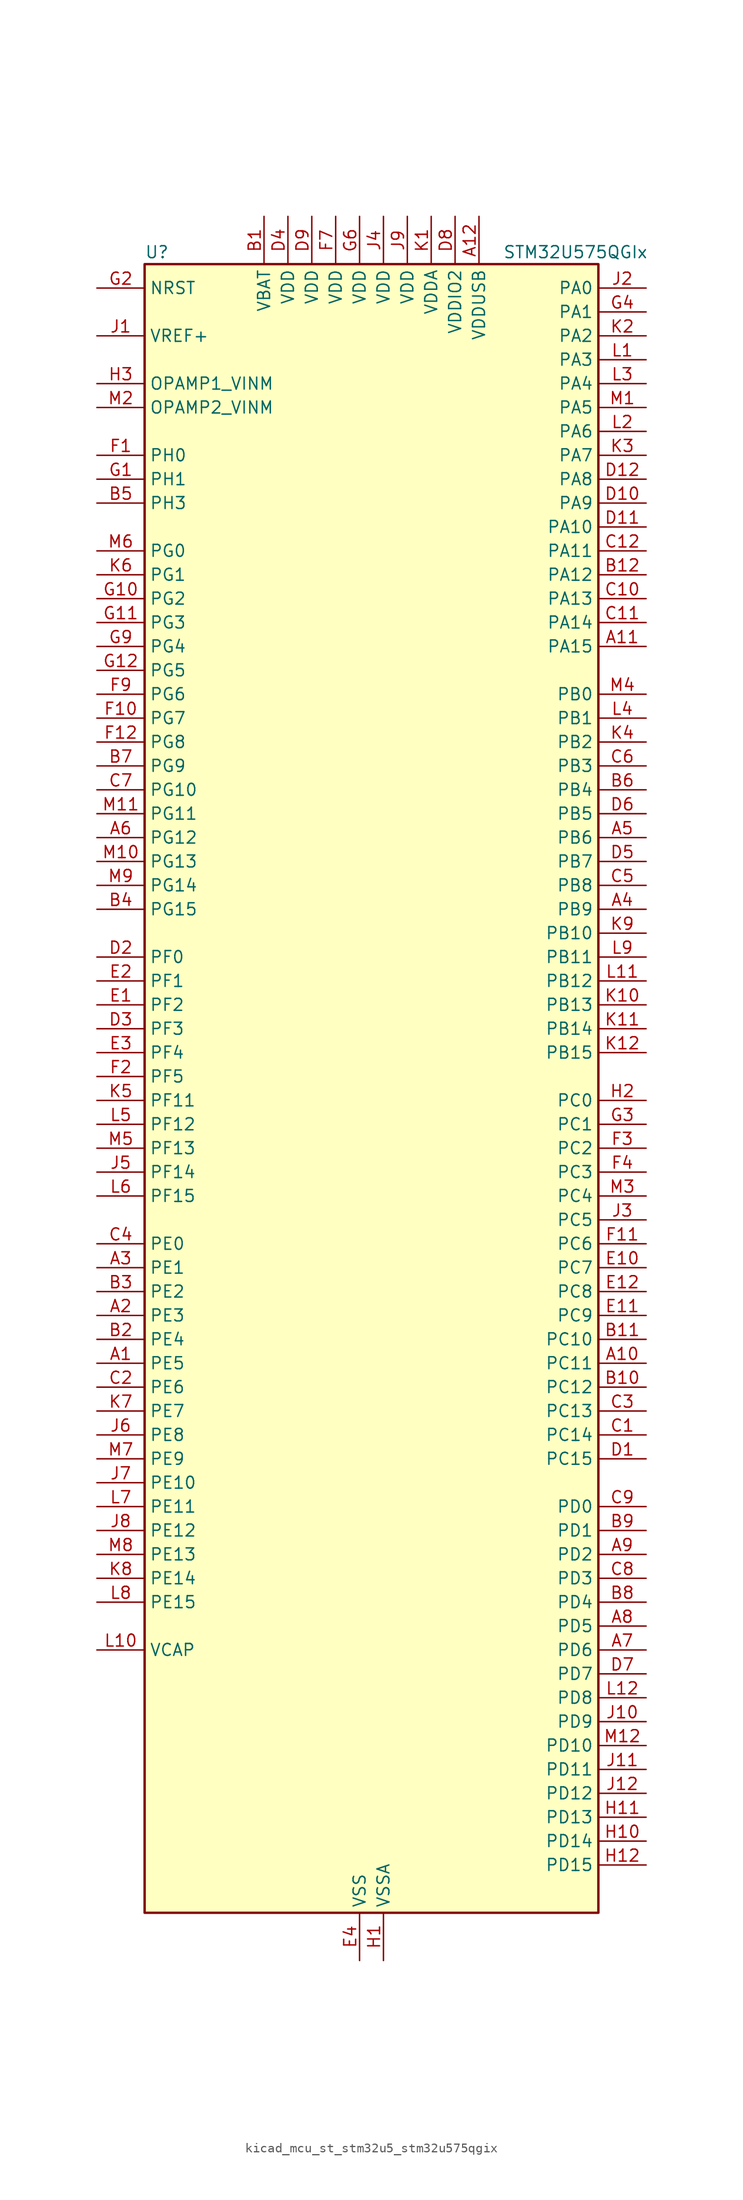
<source format=kicad_sym>
(kicad_symbol_lib
  (version 20220914)
  (generator kicad_symbol_editor)
  (symbol "kicad_mcu_st_stm32u5_stm32u575qgix"
    (property "Reference" "U"
      (at -22.86 90.17 0)
      (effects (font (size 1.27 1.27)) (justify left)))
    (property "Value" "STM32U575QGIx"
      (at 15.24 90.17 0)
      (effects (font (size 1.27 1.27)) (justify left)))
    (property "ki_locked" ""
      (at 0 0 0)
      (effects (font (size 1.27 1.27))))
    (symbol "kicad_mcu_st_stm32u5_stm32u575qgix_0_1"
      (rectangle (start -22.86 -86.36) (end 25.4 88.9) (stroke (width 0.254) (type default)) (fill (type background))))
    (symbol "kicad_mcu_st_stm32u5_stm32u575qgix_1_1"
      (pin bidirectional line (at -27.94 -27.94 0) (length 5.08) (name "PE5" (effects (font (size 1.27 1.27)))) (number "A1" (effects (font (size 1.27 1.27)))) (alternate "DCMI_D6" bidirectional line) (alternate "DEBUG_TRACED2" bidirectional line) (alternate "FMC_A21" bidirectional line) (alternate "MDF1_CKI3" bidirectional line) (alternate "PSSI_D6" bidirectional line) (alternate "PWR_WKUP2" bidirectional line) (alternate "SAI1_CK2" bidirectional line) (alternate "SAI1_SCK_A" bidirectional line) (alternate "TAMP_IN8" bidirectional line) (alternate "TAMP_OUT7" bidirectional line) (alternate "TIM3_CH3" bidirectional line) (alternate "TSC_G7_IO4" bidirectional line))
      (pin bidirectional line (at 30.48 -27.94 180) (length 5.08) (name "PC11" (effects (font (size 1.27 1.27)))) (number "A10" (effects (font (size 1.27 1.27)))) (alternate "ADC1_EXTI11" bidirectional line) (alternate "ADF1_SDI0" bidirectional line) (alternate "DCMI_D2" bidirectional line) (alternate "DCMI_D4" bidirectional line) (alternate "LPTIM3_IN1" bidirectional line) (alternate "OCTOSPIM_P1_NCS" bidirectional line) (alternate "PSSI_D2" bidirectional line) (alternate "PSSI_D4" bidirectional line) (alternate "SAI2_MCLK_B" bidirectional line) (alternate "SDMMC1_D3" bidirectional line) (alternate "SPI3_MISO" bidirectional line) (alternate "TSC_G3_IO3" bidirectional line) (alternate "UART4_RX" bidirectional line) (alternate "UCPD1_FRSTX2" bidirectional line) (alternate "USART3_RX" bidirectional line))
      (pin bidirectional line (at 30.48 48.26 180) (length 5.08) (name "PA15" (effects (font (size 1.27 1.27)))) (number "A11" (effects (font (size 1.27 1.27)))) (alternate "ADC1_EXTI15" bidirectional line) (alternate "ADC4_EXTI15" bidirectional line) (alternate "DEBUG_JTDI" bidirectional line) (alternate "SAI2_FS_B" bidirectional line) (alternate "SPI1_NSS" bidirectional line) (alternate "SPI3_NSS" bidirectional line) (alternate "TIM2_CH1" bidirectional line) (alternate "TIM2_ETR" bidirectional line) (alternate "UART4_DE" bidirectional line) (alternate "UART4_RTS" bidirectional line) (alternate "UCPD1_CC1" bidirectional line) (alternate "USART2_RX" bidirectional line) (alternate "USART3_DE" bidirectional line) (alternate "USART3_RTS" bidirectional line))
      (pin power_in line (at 12.7 93.98 270) (length 5.08) (name "VDDUSB" (effects (font (size 1.27 1.27)))) (number "A12" (effects (font (size 1.27 1.27)))))
      (pin bidirectional line (at -27.94 -22.86 0) (length 5.08) (name "PE3" (effects (font (size 1.27 1.27)))) (number "A2" (effects (font (size 1.27 1.27)))) (alternate "DEBUG_TRACED0" bidirectional line) (alternate "FMC_A19" bidirectional line) (alternate "OCTOSPIM_P1_DQS" bidirectional line) (alternate "SAI1_SD_B" bidirectional line) (alternate "TAMP_IN6" bidirectional line) (alternate "TAMP_OUT3" bidirectional line) (alternate "TIM3_CH1" bidirectional line) (alternate "TSC_G7_IO2" bidirectional line))
      (pin bidirectional line (at -27.94 -17.78 0) (length 5.08) (name "PE1" (effects (font (size 1.27 1.27)))) (number "A3" (effects (font (size 1.27 1.27)))) (alternate "DCMI_D3" bidirectional line) (alternate "FMC_NBL1" bidirectional line) (alternate "PSSI_D3" bidirectional line) (alternate "TIM17_CH1" bidirectional line))
      (pin bidirectional line (at 30.48 20.32 180) (length 5.08) (name "PB9" (effects (font (size 1.27 1.27)))) (number "A4" (effects (font (size 1.27 1.27)))) (alternate "DAC1_EXTI9" bidirectional line) (alternate "DCMI_D7" bidirectional line) (alternate "FDCAN1_TX" bidirectional line) (alternate "I2C1_SDA" bidirectional line) (alternate "IR_OUT" bidirectional line) (alternate "PSSI_D7" bidirectional line) (alternate "SAI1_D2" bidirectional line) (alternate "SAI1_FS_A" bidirectional line) (alternate "SDMMC1_CDIR" bidirectional line) (alternate "SDMMC1_D5" bidirectional line) (alternate "SDMMC2_D5" bidirectional line) (alternate "SPI2_NSS" bidirectional line) (alternate "TIM17_CH1" bidirectional line) (alternate "TIM4_CH4" bidirectional line))
      (pin bidirectional line (at 30.48 27.94 180) (length 5.08) (name "PB6" (effects (font (size 1.27 1.27)))) (number "A5" (effects (font (size 1.27 1.27)))) (alternate "COMP2_INP" bidirectional line) (alternate "DCMI_D5" bidirectional line) (alternate "I2C1_SCL" bidirectional line) (alternate "I2C4_SCL" bidirectional line) (alternate "LPTIM1_ETR" bidirectional line) (alternate "MDF1_SDI5" bidirectional line) (alternate "PSSI_D5" bidirectional line) (alternate "PWR_WKUP3" bidirectional line) (alternate "SAI1_FS_B" bidirectional line) (alternate "TIM16_CH1N" bidirectional line) (alternate "TIM4_CH1" bidirectional line) (alternate "TIM8_BKIN2" bidirectional line) (alternate "TSC_G2_IO3" bidirectional line) (alternate "USART1_TX" bidirectional line))
      (pin bidirectional line (at -27.94 27.94 0) (length 5.08) (name "PG12" (effects (font (size 1.27 1.27)))) (number "A6" (effects (font (size 1.27 1.27)))) (alternate "FMC_NE4" bidirectional line) (alternate "LPTIM1_ETR" bidirectional line) (alternate "OCTOSPIM_P2_NCS" bidirectional line) (alternate "SAI2_SD_A" bidirectional line) (alternate "SPI3_NSS" bidirectional line) (alternate "USART1_DE" bidirectional line) (alternate "USART1_RTS" bidirectional line))
      (pin bidirectional line (at 30.48 -58.42 180) (length 5.08) (name "PD6" (effects (font (size 1.27 1.27)))) (number "A7" (effects (font (size 1.27 1.27)))) (alternate "DCMI_D10" bidirectional line) (alternate "FMC_NWAIT" bidirectional line) (alternate "MDF1_SDI1" bidirectional line) (alternate "OCTOSPIM_P1_IO6" bidirectional line) (alternate "PSSI_D10" bidirectional line) (alternate "SAI1_D1" bidirectional line) (alternate "SAI1_SD_A" bidirectional line) (alternate "SDMMC2_CK" bidirectional line) (alternate "SPI3_MOSI" bidirectional line) (alternate "USART2_RX" bidirectional line))
      (pin bidirectional line (at 30.48 -55.88 180) (length 5.08) (name "PD5" (effects (font (size 1.27 1.27)))) (number "A8" (effects (font (size 1.27 1.27)))) (alternate "FMC_NWE" bidirectional line) (alternate "OCTOSPIM_P1_IO5" bidirectional line) (alternate "SPI2_RDY" bidirectional line) (alternate "USART2_TX" bidirectional line))
      (pin bidirectional line (at 30.48 -48.26 180) (length 5.08) (name "PD2" (effects (font (size 1.27 1.27)))) (number "A9" (effects (font (size 1.27 1.27)))) (alternate "DCMI_D11" bidirectional line) (alternate "DEBUG_TRACED2" bidirectional line) (alternate "LPTIM4_ETR" bidirectional line) (alternate "PSSI_D11" bidirectional line) (alternate "SDMMC1_CMD" bidirectional line) (alternate "TIM3_ETR" bidirectional line) (alternate "TSC_SYNC" bidirectional line) (alternate "UART5_RX" bidirectional line) (alternate "USART3_DE" bidirectional line) (alternate "USART3_RTS" bidirectional line))
      (pin power_in line (at -10.16 93.98 270) (length 5.08) (name "VBAT" (effects (font (size 1.27 1.27)))) (number "B1" (effects (font (size 1.27 1.27)))))
      (pin bidirectional line (at 30.48 -30.48 180) (length 5.08) (name "PC12" (effects (font (size 1.27 1.27)))) (number "B10" (effects (font (size 1.27 1.27)))) (alternate "DCMI_D9" bidirectional line) (alternate "DEBUG_TRACED3" bidirectional line) (alternate "PSSI_D9" bidirectional line) (alternate "SAI2_SD_B" bidirectional line) (alternate "SDMMC1_CK" bidirectional line) (alternate "SPI3_MOSI" bidirectional line) (alternate "TSC_G3_IO4" bidirectional line) (alternate "UART5_TX" bidirectional line) (alternate "USART3_CK" bidirectional line))
      (pin bidirectional line (at 30.48 -25.4 180) (length 5.08) (name "PC10" (effects (font (size 1.27 1.27)))) (number "B11" (effects (font (size 1.27 1.27)))) (alternate "ADF1_CCK1" bidirectional line) (alternate "DCMI_D8" bidirectional line) (alternate "DEBUG_TRACED1" bidirectional line) (alternate "LPTIM3_ETR" bidirectional line) (alternate "PSSI_D8" bidirectional line) (alternate "SAI2_SCK_B" bidirectional line) (alternate "SDMMC1_D2" bidirectional line) (alternate "SPI3_SCK" bidirectional line) (alternate "TSC_G3_IO2" bidirectional line) (alternate "UART4_TX" bidirectional line) (alternate "USART3_TX" bidirectional line))
      (pin bidirectional line (at 30.48 55.88 180) (length 5.08) (name "PA12" (effects (font (size 1.27 1.27)))) (number "B12" (effects (font (size 1.27 1.27)))) (alternate "FDCAN1_TX" bidirectional line) (alternate "OCTOSPIM_P2_NCS" bidirectional line) (alternate "SPI1_MOSI" bidirectional line) (alternate "TIM1_ETR" bidirectional line) (alternate "USART1_DE" bidirectional line) (alternate "USART1_RTS" bidirectional line) (alternate "USB_OTG_FS_DP" bidirectional line))
      (pin bidirectional line (at -27.94 -25.4 0) (length 5.08) (name "PE4" (effects (font (size 1.27 1.27)))) (number "B2" (effects (font (size 1.27 1.27)))) (alternate "DCMI_D4" bidirectional line) (alternate "DEBUG_TRACED1" bidirectional line) (alternate "FMC_A20" bidirectional line) (alternate "MDF1_SDI3" bidirectional line) (alternate "PSSI_D4" bidirectional line) (alternate "PWR_WKUP1" bidirectional line) (alternate "SAI1_D2" bidirectional line) (alternate "SAI1_FS_A" bidirectional line) (alternate "TAMP_IN7" bidirectional line) (alternate "TAMP_OUT8" bidirectional line) (alternate "TIM3_CH2" bidirectional line) (alternate "TSC_G7_IO3" bidirectional line))
      (pin bidirectional line (at -27.94 -20.32 0) (length 5.08) (name "PE2" (effects (font (size 1.27 1.27)))) (number "B3" (effects (font (size 1.27 1.27)))) (alternate "DEBUG_TRACECLK" bidirectional line) (alternate "FMC_A23" bidirectional line) (alternate "SAI1_CK1" bidirectional line) (alternate "SAI1_MCLK_A" bidirectional line) (alternate "TIM3_ETR" bidirectional line) (alternate "TSC_G7_IO1" bidirectional line))
      (pin bidirectional line (at -27.94 20.32 0) (length 5.08) (name "PG15" (effects (font (size 1.27 1.27)))) (number "B4" (effects (font (size 1.27 1.27)))) (alternate "ADC1_EXTI15" bidirectional line) (alternate "ADC4_EXTI15" bidirectional line) (alternate "DCMI_D13" bidirectional line) (alternate "I2C1_SMBA" bidirectional line) (alternate "LPTIM1_CH1" bidirectional line) (alternate "OCTOSPIM_P2_DQS" bidirectional line) (alternate "PSSI_D13" bidirectional line))
      (pin bidirectional line (at -27.94 63.5 0) (length 5.08) (name "PH3" (effects (font (size 1.27 1.27)))) (number "B5" (effects (font (size 1.27 1.27)))))
      (pin bidirectional line (at 30.48 33.02 180) (length 5.08) (name "PB4" (effects (font (size 1.27 1.27)))) (number "B6" (effects (font (size 1.27 1.27)))) (alternate "ADF1_SDI0" bidirectional line) (alternate "COMP2_INP" bidirectional line) (alternate "DCMI_D12" bidirectional line) (alternate "DEBUG_JTRST" bidirectional line) (alternate "I2C3_SDA" bidirectional line) (alternate "LPTIM1_CH2" bidirectional line) (alternate "PSSI_D12" bidirectional line) (alternate "SAI1_MCLK_B" bidirectional line) (alternate "SDMMC2_D3" bidirectional line) (alternate "SPI1_MISO" bidirectional line) (alternate "SPI3_MISO" bidirectional line) (alternate "TIM17_BKIN" bidirectional line) (alternate "TIM3_CH1" bidirectional line) (alternate "TSC_G2_IO1" bidirectional line) (alternate "UART5_DE" bidirectional line) (alternate "UART5_RTS" bidirectional line) (alternate "USART1_CTS" bidirectional line))
      (pin bidirectional line (at -27.94 35.56 0) (length 5.08) (name "PG9" (effects (font (size 1.27 1.27)))) (number "B7" (effects (font (size 1.27 1.27)))) (alternate "DAC1_EXTI9" bidirectional line) (alternate "FMC_NCE" bidirectional line) (alternate "FMC_NE2" bidirectional line) (alternate "OCTOSPIM_P2_IO6" bidirectional line) (alternate "SAI2_SCK_A" bidirectional line) (alternate "SPI3_SCK" bidirectional line) (alternate "TIM15_CH1N" bidirectional line) (alternate "USART1_TX" bidirectional line))
      (pin bidirectional line (at 30.48 -53.34 180) (length 5.08) (name "PD4" (effects (font (size 1.27 1.27)))) (number "B8" (effects (font (size 1.27 1.27)))) (alternate "FMC_NOE" bidirectional line) (alternate "MDF1_CKI0" bidirectional line) (alternate "OCTOSPIM_P1_IO4" bidirectional line) (alternate "SPI2_MOSI" bidirectional line) (alternate "USART2_DE" bidirectional line) (alternate "USART2_RTS" bidirectional line))
      (pin bidirectional line (at 30.48 -45.72 180) (length 5.08) (name "PD1" (effects (font (size 1.27 1.27)))) (number "B9" (effects (font (size 1.27 1.27)))) (alternate "FDCAN1_TX" bidirectional line) (alternate "FMC_D3" bidirectional line) (alternate "FMC_DA3" bidirectional line) (alternate "SPI2_SCK" bidirectional line))
      (pin bidirectional line (at 30.48 -35.56 180) (length 5.08) (name "PC14" (effects (font (size 1.27 1.27)))) (number "C1" (effects (font (size 1.27 1.27)))) (alternate "RCC_OSC32_IN" bidirectional line))
      (pin bidirectional line (at 30.48 53.34 180) (length 5.08) (name "PA13" (effects (font (size 1.27 1.27)))) (number "C10" (effects (font (size 1.27 1.27)))) (alternate "DEBUG_JTMS-SWDIO" bidirectional line) (alternate "IR_OUT" bidirectional line) (alternate "SAI1_SD_B" bidirectional line) (alternate "USB_OTG_FS_NOE" bidirectional line))
      (pin bidirectional line (at 30.48 50.8 180) (length 5.08) (name "PA14" (effects (font (size 1.27 1.27)))) (number "C11" (effects (font (size 1.27 1.27)))) (alternate "DEBUG_JTCK-SWCLK" bidirectional line) (alternate "I2C1_SMBA" bidirectional line) (alternate "I2C4_SMBA" bidirectional line) (alternate "LPTIM1_CH1" bidirectional line) (alternate "SAI1_FS_B" bidirectional line) (alternate "USB_OTG_FS_SOF" bidirectional line))
      (pin bidirectional line (at 30.48 58.42 180) (length 5.08) (name "PA11" (effects (font (size 1.27 1.27)))) (number "C12" (effects (font (size 1.27 1.27)))) (alternate "ADC1_EXTI11" bidirectional line) (alternate "FDCAN1_RX" bidirectional line) (alternate "SPI1_MISO" bidirectional line) (alternate "TIM1_BKIN2" bidirectional line) (alternate "TIM1_CH4" bidirectional line) (alternate "USART1_CTS" bidirectional line) (alternate "USB_OTG_FS_DM" bidirectional line))
      (pin bidirectional line (at -27.94 -30.48 0) (length 5.08) (name "PE6" (effects (font (size 1.27 1.27)))) (number "C2" (effects (font (size 1.27 1.27)))) (alternate "DCMI_D7" bidirectional line) (alternate "DEBUG_TRACED3" bidirectional line) (alternate "FMC_A22" bidirectional line) (alternate "PSSI_D7" bidirectional line) (alternate "PWR_WKUP3" bidirectional line) (alternate "SAI1_D1" bidirectional line) (alternate "SAI1_SD_A" bidirectional line) (alternate "TAMP_IN3" bidirectional line) (alternate "TAMP_OUT6" bidirectional line) (alternate "TIM3_CH4" bidirectional line))
      (pin bidirectional line (at 30.48 -33.02 180) (length 5.08) (name "PC13" (effects (font (size 1.27 1.27)))) (number "C3" (effects (font (size 1.27 1.27)))) (alternate "PWR_WKUP2" bidirectional line) (alternate "RTC_OUT1" bidirectional line) (alternate "RTC_TS" bidirectional line) (alternate "TAMP_IN1" bidirectional line) (alternate "TAMP_OUT2" bidirectional line))
      (pin bidirectional line (at -27.94 -15.24 0) (length 5.08) (name "PE0" (effects (font (size 1.27 1.27)))) (number "C4" (effects (font (size 1.27 1.27)))) (alternate "DCMI_D2" bidirectional line) (alternate "FMC_NBL0" bidirectional line) (alternate "PSSI_D2" bidirectional line) (alternate "TIM16_CH1" bidirectional line) (alternate "TIM4_ETR" bidirectional line))
      (pin bidirectional line (at 30.48 22.86 180) (length 5.08) (name "PB8" (effects (font (size 1.27 1.27)))) (number "C5" (effects (font (size 1.27 1.27)))) (alternate "DCMI_D6" bidirectional line) (alternate "FDCAN1_RX" bidirectional line) (alternate "I2C1_SCL" bidirectional line) (alternate "MDF1_CCK0" bidirectional line) (alternate "PSSI_D6" bidirectional line) (alternate "PWR_WKUP5" bidirectional line) (alternate "SAI1_CK1" bidirectional line) (alternate "SAI1_MCLK_A" bidirectional line) (alternate "SDMMC1_CKIN" bidirectional line) (alternate "SDMMC1_D4" bidirectional line) (alternate "SDMMC2_D4" bidirectional line) (alternate "SPI3_RDY" bidirectional line) (alternate "TIM16_CH1" bidirectional line) (alternate "TIM4_CH3" bidirectional line))
      (pin bidirectional line (at 30.48 35.56 180) (length 5.08) (name "PB3" (effects (font (size 1.27 1.27)))) (number "C6" (effects (font (size 1.27 1.27)))) (alternate "ADF1_CCK0" bidirectional line) (alternate "COMP2_INM" bidirectional line) (alternate "CRS_SYNC" bidirectional line) (alternate "DEBUG_JTDO-SWO" bidirectional line) (alternate "I2C1_SDA" bidirectional line) (alternate "LPTIM1_CH1" bidirectional line) (alternate "SAI1_SCK_B" bidirectional line) (alternate "SDMMC2_D2" bidirectional line) (alternate "SPI1_SCK" bidirectional line) (alternate "SPI3_SCK" bidirectional line) (alternate "TIM2_CH2" bidirectional line) (alternate "USART1_DE" bidirectional line) (alternate "USART1_RTS" bidirectional line))
      (pin bidirectional line (at -27.94 33.02 0) (length 5.08) (name "PG10" (effects (font (size 1.27 1.27)))) (number "C7" (effects (font (size 1.27 1.27)))) (alternate "FMC_NE3" bidirectional line) (alternate "LPTIM1_IN1" bidirectional line) (alternate "OCTOSPIM_P2_IO7" bidirectional line) (alternate "SAI2_FS_A" bidirectional line) (alternate "SPI3_MISO" bidirectional line) (alternate "TIM15_CH1" bidirectional line) (alternate "USART1_RX" bidirectional line))
      (pin bidirectional line (at 30.48 -50.8 180) (length 5.08) (name "PD3" (effects (font (size 1.27 1.27)))) (number "C8" (effects (font (size 1.27 1.27)))) (alternate "DCMI_D5" bidirectional line) (alternate "FMC_CLK" bidirectional line) (alternate "MDF1_SDI0" bidirectional line) (alternate "OCTOSPIM_P2_NCS" bidirectional line) (alternate "PSSI_D5" bidirectional line) (alternate "SPI2_MISO" bidirectional line) (alternate "SPI2_SCK" bidirectional line) (alternate "USART2_CTS" bidirectional line))
      (pin bidirectional line (at 30.48 -43.18 180) (length 5.08) (name "PD0" (effects (font (size 1.27 1.27)))) (number "C9" (effects (font (size 1.27 1.27)))) (alternate "FDCAN1_RX" bidirectional line) (alternate "FMC_D2" bidirectional line) (alternate "FMC_DA2" bidirectional line) (alternate "SPI2_NSS" bidirectional line) (alternate "TIM8_CH4N" bidirectional line))
      (pin bidirectional line (at 30.48 -38.1 180) (length 5.08) (name "PC15" (effects (font (size 1.27 1.27)))) (number "D1" (effects (font (size 1.27 1.27)))) (alternate "ADC1_EXTI15" bidirectional line) (alternate "ADC4_EXTI15" bidirectional line) (alternate "RCC_OSC32_OUT" bidirectional line))
      (pin bidirectional line (at 30.48 63.5 180) (length 5.08) (name "PA9" (effects (font (size 1.27 1.27)))) (number "D10" (effects (font (size 1.27 1.27)))) (alternate "DAC1_EXTI9" bidirectional line) (alternate "DCMI_D0" bidirectional line) (alternate "PSSI_D0" bidirectional line) (alternate "SAI1_FS_A" bidirectional line) (alternate "SPI2_SCK" bidirectional line) (alternate "TIM15_BKIN" bidirectional line) (alternate "TIM1_CH2" bidirectional line) (alternate "USART1_TX" bidirectional line) (alternate "USB_OTG_FS_VBUS" bidirectional line))
      (pin bidirectional line (at 30.48 60.96 180) (length 5.08) (name "PA10" (effects (font (size 1.27 1.27)))) (number "D11" (effects (font (size 1.27 1.27)))) (alternate "CRS_SYNC" bidirectional line) (alternate "DCMI_D1" bidirectional line) (alternate "LPTIM2_IN2" bidirectional line) (alternate "PSSI_D1" bidirectional line) (alternate "SAI1_D1" bidirectional line) (alternate "SAI1_SD_A" bidirectional line) (alternate "TIM17_BKIN" bidirectional line) (alternate "TIM1_CH3" bidirectional line) (alternate "USART1_RX" bidirectional line) (alternate "USB_OTG_FS_ID" bidirectional line))
      (pin bidirectional line (at 30.48 66.04 180) (length 5.08) (name "PA8" (effects (font (size 1.27 1.27)))) (number "D12" (effects (font (size 1.27 1.27)))) (alternate "DEBUG_TRACECLK" bidirectional line) (alternate "LPTIM2_CH1" bidirectional line) (alternate "RCC_MCO" bidirectional line) (alternate "SAI1_CK2" bidirectional line) (alternate "SAI1_SCK_A" bidirectional line) (alternate "SPI1_RDY" bidirectional line) (alternate "TIM1_CH1" bidirectional line) (alternate "USART1_CK" bidirectional line) (alternate "USB_OTG_FS_SOF" bidirectional line))
      (pin bidirectional line (at -27.94 15.24 0) (length 5.08) (name "PF0" (effects (font (size 1.27 1.27)))) (number "D2" (effects (font (size 1.27 1.27)))) (alternate "FMC_A0" bidirectional line) (alternate "I2C2_SDA" bidirectional line) (alternate "OCTOSPIM_P2_IO0" bidirectional line))
      (pin bidirectional line (at -27.94 7.62 0) (length 5.08) (name "PF3" (effects (font (size 1.27 1.27)))) (number "D3" (effects (font (size 1.27 1.27)))) (alternate "FMC_A3" bidirectional line) (alternate "LPTIM3_IN1" bidirectional line) (alternate "OCTOSPIM_P2_IO3" bidirectional line))
      (pin power_in line (at -7.62 93.98 270) (length 5.08) (name "VDD" (effects (font (size 1.27 1.27)))) (number "D4" (effects (font (size 1.27 1.27)))))
      (pin bidirectional line (at 30.48 25.4 180) (length 5.08) (name "PB7" (effects (font (size 1.27 1.27)))) (number "D5" (effects (font (size 1.27 1.27)))) (alternate "COMP2_INM" bidirectional line) (alternate "DCMI_VSYNC" bidirectional line) (alternate "FMC_NL" bidirectional line) (alternate "I2C1_SDA" bidirectional line) (alternate "I2C4_SDA" bidirectional line) (alternate "LPTIM1_IN2" bidirectional line) (alternate "MDF1_CKI5" bidirectional line) (alternate "PSSI_RDY" bidirectional line) (alternate "PWR_PVD_IN" bidirectional line) (alternate "PWR_WKUP4" bidirectional line) (alternate "TIM17_CH1N" bidirectional line) (alternate "TIM4_CH2" bidirectional line) (alternate "TIM8_BKIN" bidirectional line) (alternate "TSC_G2_IO4" bidirectional line) (alternate "UART4_CTS" bidirectional line) (alternate "USART1_RX" bidirectional line))
      (pin bidirectional line (at 30.48 30.48 180) (length 5.08) (name "PB5" (effects (font (size 1.27 1.27)))) (number "D6" (effects (font (size 1.27 1.27)))) (alternate "COMP2_OUT" bidirectional line) (alternate "DCMI_D10" bidirectional line) (alternate "I2C1_SMBA" bidirectional line) (alternate "LPTIM1_IN1" bidirectional line) (alternate "OCTOSPIM_P1_NCLK" bidirectional line) (alternate "PSSI_D10" bidirectional line) (alternate "PWR_WKUP6" bidirectional line) (alternate "SAI1_SD_B" bidirectional line) (alternate "SPI1_MOSI" bidirectional line) (alternate "SPI3_MOSI" bidirectional line) (alternate "TIM16_BKIN" bidirectional line) (alternate "TIM3_CH2" bidirectional line) (alternate "TSC_G2_IO2" bidirectional line) (alternate "UART5_CTS" bidirectional line) (alternate "UCPD1_DBCC1" bidirectional line) (alternate "USART1_CK" bidirectional line))
      (pin bidirectional line (at 30.48 -60.96 180) (length 5.08) (name "PD7" (effects (font (size 1.27 1.27)))) (number "D7" (effects (font (size 1.27 1.27)))) (alternate "FMC_NCE" bidirectional line) (alternate "FMC_NE1" bidirectional line) (alternate "LPTIM4_OUT" bidirectional line) (alternate "MDF1_CKI1" bidirectional line) (alternate "OCTOSPIM_P1_IO7" bidirectional line) (alternate "SDMMC2_CMD" bidirectional line) (alternate "USART2_CK" bidirectional line))
      (pin power_in line (at 10.16 93.98 270) (length 5.08) (name "VDDIO2" (effects (font (size 1.27 1.27)))) (number "D8" (effects (font (size 1.27 1.27)))))
      (pin power_in line (at -5.08 93.98 270) (length 5.08) (name "VDD" (effects (font (size 1.27 1.27)))) (number "D9" (effects (font (size 1.27 1.27)))))
      (pin bidirectional line (at -27.94 10.16 0) (length 5.08) (name "PF2" (effects (font (size 1.27 1.27)))) (number "E1" (effects (font (size 1.27 1.27)))) (alternate "FMC_A2" bidirectional line) (alternate "I2C2_SMBA" bidirectional line) (alternate "LPTIM3_CH2" bidirectional line) (alternate "OCTOSPIM_P2_IO2" bidirectional line) (alternate "PWR_WKUP8" bidirectional line))
      (pin bidirectional line (at 30.48 -17.78 180) (length 5.08) (name "PC7" (effects (font (size 1.27 1.27)))) (number "E10" (effects (font (size 1.27 1.27)))) (alternate "DCMI_D1" bidirectional line) (alternate "LPTIM2_CH2" bidirectional line) (alternate "MDF1_SDI3" bidirectional line) (alternate "PSSI_D1" bidirectional line) (alternate "PWR_CDSTOP" bidirectional line) (alternate "SAI2_MCLK_B" bidirectional line) (alternate "SDMMC1_D123DIR" bidirectional line) (alternate "SDMMC1_D7" bidirectional line) (alternate "SDMMC2_D7" bidirectional line) (alternate "TIM3_CH2" bidirectional line) (alternate "TIM8_CH2" bidirectional line) (alternate "TSC_G4_IO2" bidirectional line))
      (pin bidirectional line (at 30.48 -22.86 180) (length 5.08) (name "PC9" (effects (font (size 1.27 1.27)))) (number "E11" (effects (font (size 1.27 1.27)))) (alternate "DAC1_EXTI9" bidirectional line) (alternate "DCMI_D3" bidirectional line) (alternate "DEBUG_TRACED0" bidirectional line) (alternate "LPTIM3_CH2" bidirectional line) (alternate "PSSI_D3" bidirectional line) (alternate "SDMMC1_D1" bidirectional line) (alternate "TIM3_CH4" bidirectional line) (alternate "TIM8_BKIN2" bidirectional line) (alternate "TIM8_CH4" bidirectional line) (alternate "TSC_G4_IO4" bidirectional line) (alternate "USB_OTG_FS_NOE" bidirectional line))
      (pin bidirectional line (at 30.48 -20.32 180) (length 5.08) (name "PC8" (effects (font (size 1.27 1.27)))) (number "E12" (effects (font (size 1.27 1.27)))) (alternate "DCMI_D2" bidirectional line) (alternate "LPTIM3_CH1" bidirectional line) (alternate "PSSI_D2" bidirectional line) (alternate "PWR_SRDSTOP" bidirectional line) (alternate "SDMMC1_D0" bidirectional line) (alternate "TIM3_CH3" bidirectional line) (alternate "TIM8_CH3" bidirectional line) (alternate "TSC_G4_IO3" bidirectional line))
      (pin bidirectional line (at -27.94 12.7 0) (length 5.08) (name "PF1" (effects (font (size 1.27 1.27)))) (number "E2" (effects (font (size 1.27 1.27)))) (alternate "FMC_A1" bidirectional line) (alternate "I2C2_SCL" bidirectional line) (alternate "OCTOSPIM_P2_IO1" bidirectional line))
      (pin bidirectional line (at -27.94 5.08 0) (length 5.08) (name "PF4" (effects (font (size 1.27 1.27)))) (number "E3" (effects (font (size 1.27 1.27)))) (alternate "FMC_A4" bidirectional line) (alternate "LPTIM3_ETR" bidirectional line) (alternate "OCTOSPIM_P2_CLK" bidirectional line))
      (pin power_in line (at 0 -91.44 90) (length 5.08) (name "VSS" (effects (font (size 1.27 1.27)))) (number "E4" (effects (font (size 1.27 1.27)))))
      (pin passive line (at 0 -91.44 90) (length 5.08) hide (name "VSS" (effects (font (size 1.27 1.27)))) (number "E9" (effects (font (size 1.27 1.27)))))
      (pin bidirectional line (at -27.94 68.58 0) (length 5.08) (name "PH0" (effects (font (size 1.27 1.27)))) (number "F1" (effects (font (size 1.27 1.27)))) (alternate "RCC_OSC_IN" bidirectional line))
      (pin bidirectional line (at -27.94 40.64 0) (length 5.08) (name "PG7" (effects (font (size 1.27 1.27)))) (number "F10" (effects (font (size 1.27 1.27)))) (alternate "FMC_INT" bidirectional line) (alternate "I2C3_SCL" bidirectional line) (alternate "LPUART1_TX" bidirectional line) (alternate "MDF1_CCK0" bidirectional line) (alternate "OCTOSPIM_P2_DQS" bidirectional line) (alternate "SAI1_CK1" bidirectional line) (alternate "SAI1_MCLK_A" bidirectional line) (alternate "UCPD1_FRSTX2" bidirectional line))
      (pin bidirectional line (at 30.48 -15.24 180) (length 5.08) (name "PC6" (effects (font (size 1.27 1.27)))) (number "F11" (effects (font (size 1.27 1.27)))) (alternate "DCMI_D0" bidirectional line) (alternate "MDF1_CKI3" bidirectional line) (alternate "PSSI_D0" bidirectional line) (alternate "PWR_CSLEEP" bidirectional line) (alternate "SAI2_MCLK_A" bidirectional line) (alternate "SDMMC1_D0DIR" bidirectional line) (alternate "SDMMC1_D6" bidirectional line) (alternate "SDMMC2_D6" bidirectional line) (alternate "TIM3_CH1" bidirectional line) (alternate "TIM8_CH1" bidirectional line) (alternate "TSC_G4_IO1" bidirectional line))
      (pin bidirectional line (at -27.94 38.1 0) (length 5.08) (name "PG8" (effects (font (size 1.27 1.27)))) (number "F12" (effects (font (size 1.27 1.27)))) (alternate "I2C3_SDA" bidirectional line) (alternate "LPUART1_RX" bidirectional line))
      (pin bidirectional line (at -27.94 2.54 0) (length 5.08) (name "PF5" (effects (font (size 1.27 1.27)))) (number "F2" (effects (font (size 1.27 1.27)))) (alternate "FMC_A5" bidirectional line) (alternate "LPTIM3_CH1" bidirectional line) (alternate "OCTOSPIM_P2_NCLK" bidirectional line))
      (pin bidirectional line (at 30.48 -5.08 180) (length 5.08) (name "PC2" (effects (font (size 1.27 1.27)))) (number "F3" (effects (font (size 1.27 1.27)))) (alternate "ADC1_IN3" bidirectional line) (alternate "ADC4_IN3" bidirectional line) (alternate "LPTIM1_IN2" bidirectional line) (alternate "MDF1_CCK1" bidirectional line) (alternate "OCTOSPIM_P1_IO5" bidirectional line) (alternate "SPI2_MISO" bidirectional line))
      (pin bidirectional line (at 30.48 -7.62 180) (length 5.08) (name "PC3" (effects (font (size 1.27 1.27)))) (number "F4" (effects (font (size 1.27 1.27)))) (alternate "ADC1_IN4" bidirectional line) (alternate "ADC4_IN4" bidirectional line) (alternate "LPTIM1_ETR" bidirectional line) (alternate "LPTIM2_ETR" bidirectional line) (alternate "LPTIM3_CH1" bidirectional line) (alternate "OCTOSPIM_P1_IO6" bidirectional line) (alternate "SAI1_D1" bidirectional line) (alternate "SAI1_SD_A" bidirectional line) (alternate "SPI2_MOSI" bidirectional line))
      (pin passive line (at 0 -91.44 90) (length 5.08) hide (name "VSS" (effects (font (size 1.27 1.27)))) (number "F6" (effects (font (size 1.27 1.27)))))
      (pin power_in line (at -2.54 93.98 270) (length 5.08) (name "VDD" (effects (font (size 1.27 1.27)))) (number "F7" (effects (font (size 1.27 1.27)))))
      (pin bidirectional line (at -27.94 43.18 0) (length 5.08) (name "PG6" (effects (font (size 1.27 1.27)))) (number "F9" (effects (font (size 1.27 1.27)))) (alternate "I2C3_SMBA" bidirectional line) (alternate "LPUART1_DE" bidirectional line) (alternate "LPUART1_RTS" bidirectional line) (alternate "OCTOSPIM_P1_DQS" bidirectional line) (alternate "SPI1_RDY" bidirectional line) (alternate "UCPD1_FRSTX1" bidirectional line))
      (pin bidirectional line (at -27.94 66.04 0) (length 5.08) (name "PH1" (effects (font (size 1.27 1.27)))) (number "G1" (effects (font (size 1.27 1.27)))) (alternate "RCC_OSC_OUT" bidirectional line))
      (pin bidirectional line (at -27.94 53.34 0) (length 5.08) (name "PG2" (effects (font (size 1.27 1.27)))) (number "G10" (effects (font (size 1.27 1.27)))) (alternate "FMC_A12" bidirectional line) (alternate "SAI2_SCK_B" bidirectional line) (alternate "SPI1_SCK" bidirectional line))
      (pin bidirectional line (at -27.94 50.8 0) (length 5.08) (name "PG3" (effects (font (size 1.27 1.27)))) (number "G11" (effects (font (size 1.27 1.27)))) (alternate "FMC_A13" bidirectional line) (alternate "SAI2_FS_B" bidirectional line) (alternate "SPI1_MISO" bidirectional line))
      (pin bidirectional line (at -27.94 45.72 0) (length 5.08) (name "PG5" (effects (font (size 1.27 1.27)))) (number "G12" (effects (font (size 1.27 1.27)))) (alternate "FMC_A15" bidirectional line) (alternate "LPUART1_CTS" bidirectional line) (alternate "SAI2_SD_B" bidirectional line) (alternate "SPI1_NSS" bidirectional line))
      (pin input line (at -27.94 86.36 0) (length 5.08) (name "NRST" (effects (font (size 1.27 1.27)))) (number "G2" (effects (font (size 1.27 1.27)))))
      (pin bidirectional line (at 30.48 -2.54 180) (length 5.08) (name "PC1" (effects (font (size 1.27 1.27)))) (number "G3" (effects (font (size 1.27 1.27)))) (alternate "ADC1_IN2" bidirectional line) (alternate "ADC4_IN2" bidirectional line) (alternate "DEBUG_TRACED0" bidirectional line) (alternate "I2C3_SDA" bidirectional line) (alternate "LPTIM1_CH1" bidirectional line) (alternate "LPUART1_TX" bidirectional line) (alternate "MDF1_CKI4" bidirectional line) (alternate "OCTOSPIM_P1_IO4" bidirectional line) (alternate "SAI1_SD_A" bidirectional line) (alternate "SDMMC2_CK" bidirectional line) (alternate "SPI2_MOSI" bidirectional line))
      (pin bidirectional line (at 30.48 83.82 180) (length 5.08) (name "PA1" (effects (font (size 1.27 1.27)))) (number "G4" (effects (font (size 1.27 1.27)))) (alternate "ADC1_IN6" bidirectional line) (alternate "I2C1_SMBA" bidirectional line) (alternate "LPTIM1_CH2" bidirectional line) (alternate "OCTOSPIM_P1_DQS" bidirectional line) (alternate "OPAMP1_VINM" bidirectional line) (alternate "PWR_WKUP3" bidirectional line) (alternate "SPI1_SCK" bidirectional line) (alternate "TAMP_IN5" bidirectional line) (alternate "TAMP_OUT4" bidirectional line) (alternate "TIM15_CH1N" bidirectional line) (alternate "TIM2_CH2" bidirectional line) (alternate "TIM5_CH2" bidirectional line) (alternate "UART4_RX" bidirectional line) (alternate "USART2_DE" bidirectional line) (alternate "USART2_RTS" bidirectional line))
      (pin power_in line (at 0 93.98 270) (length 5.08) (name "VDD" (effects (font (size 1.27 1.27)))) (number "G6" (effects (font (size 1.27 1.27)))))
      (pin passive line (at 0 -91.44 90) (length 5.08) hide (name "VSS" (effects (font (size 1.27 1.27)))) (number "G7" (effects (font (size 1.27 1.27)))))
      (pin bidirectional line (at -27.94 48.26 0) (length 5.08) (name "PG4" (effects (font (size 1.27 1.27)))) (number "G9" (effects (font (size 1.27 1.27)))) (alternate "FMC_A14" bidirectional line) (alternate "SAI2_MCLK_B" bidirectional line) (alternate "SPI1_MOSI" bidirectional line))
      (pin power_in line (at 2.54 -91.44 90) (length 5.08) (name "VSSA" (effects (font (size 1.27 1.27)))) (number "H1" (effects (font (size 1.27 1.27)))))
      (pin bidirectional line (at 30.48 -78.74 180) (length 5.08) (name "PD14" (effects (font (size 1.27 1.27)))) (number "H10" (effects (font (size 1.27 1.27)))) (alternate "FMC_D0" bidirectional line) (alternate "FMC_DA0" bidirectional line) (alternate "LPTIM3_CH1" bidirectional line) (alternate "TIM4_CH3" bidirectional line))
      (pin bidirectional line (at 30.48 -76.2 180) (length 5.08) (name "PD13" (effects (font (size 1.27 1.27)))) (number "H11" (effects (font (size 1.27 1.27)))) (alternate "ADC4_IN17" bidirectional line) (alternate "FMC_A18" bidirectional line) (alternate "I2C4_SDA" bidirectional line) (alternate "LPTIM2_CH1" bidirectional line) (alternate "LPTIM4_IN1" bidirectional line) (alternate "TIM4_CH2" bidirectional line) (alternate "TSC_G6_IO4" bidirectional line))
      (pin bidirectional line (at 30.48 -81.28 180) (length 5.08) (name "PD15" (effects (font (size 1.27 1.27)))) (number "H12" (effects (font (size 1.27 1.27)))) (alternate "ADC1_EXTI15" bidirectional line) (alternate "ADC4_EXTI15" bidirectional line) (alternate "FMC_D1" bidirectional line) (alternate "FMC_DA1" bidirectional line) (alternate "LPTIM3_CH2" bidirectional line) (alternate "TIM4_CH4" bidirectional line))
      (pin bidirectional line (at 30.48 0 180) (length 5.08) (name "PC0" (effects (font (size 1.27 1.27)))) (number "H2" (effects (font (size 1.27 1.27)))) (alternate "ADC1_IN1" bidirectional line) (alternate "ADC4_IN1" bidirectional line) (alternate "I2C3_SCL" bidirectional line) (alternate "LPTIM1_IN1" bidirectional line) (alternate "LPTIM2_IN1" bidirectional line) (alternate "LPUART1_RX" bidirectional line) (alternate "MDF1_SDI4" bidirectional line) (alternate "OCTOSPIM_P1_IO7" bidirectional line) (alternate "SAI2_FS_A" bidirectional line) (alternate "SDMMC1_D5" bidirectional line) (alternate "SPI2_RDY" bidirectional line))
      (pin bidirectional line (at -27.94 76.2 0) (length 5.08) (name "OPAMP1_VINM" (effects (font (size 1.27 1.27)))) (number "H3" (effects (font (size 1.27 1.27)))) (alternate "OPAMP1_VINM" bidirectional line))
      (pin passive line (at 0 -91.44 90) (length 5.08) hide (name "VSS" (effects (font (size 1.27 1.27)))) (number "H4" (effects (font (size 1.27 1.27)))))
      (pin passive line (at 0 -91.44 90) (length 5.08) hide (name "VSS" (effects (font (size 1.27 1.27)))) (number "H9" (effects (font (size 1.27 1.27)))))
      (pin input line (at -27.94 81.28 0) (length 5.08) (name "VREF+" (effects (font (size 1.27 1.27)))) (number "J1" (effects (font (size 1.27 1.27)))) (alternate "VREFBUF_OUT" bidirectional line))
      (pin bidirectional line (at 30.48 -66.04 180) (length 5.08) (name "PD9" (effects (font (size 1.27 1.27)))) (number "J10" (effects (font (size 1.27 1.27)))) (alternate "DAC1_EXTI9" bidirectional line) (alternate "DCMI_PIXCLK" bidirectional line) (alternate "FMC_D14" bidirectional line) (alternate "FMC_DA14" bidirectional line) (alternate "LPTIM2_IN2" bidirectional line) (alternate "LPTIM3_IN1" bidirectional line) (alternate "PSSI_PDCK" bidirectional line) (alternate "SAI2_MCLK_A" bidirectional line) (alternate "USART3_RX" bidirectional line))
      (pin bidirectional line (at 30.48 -71.12 180) (length 5.08) (name "PD11" (effects (font (size 1.27 1.27)))) (number "J11" (effects (font (size 1.27 1.27)))) (alternate "ADC1_EXTI11" bidirectional line) (alternate "ADC4_IN15" bidirectional line) (alternate "FMC_A16" bidirectional line) (alternate "FMC_CLE" bidirectional line) (alternate "I2C4_SMBA" bidirectional line) (alternate "LPTIM2_ETR" bidirectional line) (alternate "SAI2_SD_A" bidirectional line) (alternate "TSC_G6_IO2" bidirectional line) (alternate "USART3_CTS" bidirectional line))
      (pin bidirectional line (at 30.48 -73.66 180) (length 5.08) (name "PD12" (effects (font (size 1.27 1.27)))) (number "J12" (effects (font (size 1.27 1.27)))) (alternate "ADC4_IN16" bidirectional line) (alternate "FMC_A17" bidirectional line) (alternate "FMC_ALE" bidirectional line) (alternate "I2C4_SCL" bidirectional line) (alternate "LPTIM2_IN1" bidirectional line) (alternate "SAI2_FS_A" bidirectional line) (alternate "TIM4_CH1" bidirectional line) (alternate "TSC_G6_IO3" bidirectional line) (alternate "USART3_DE" bidirectional line) (alternate "USART3_RTS" bidirectional line))
      (pin bidirectional line (at 30.48 86.36 180) (length 5.08) (name "PA0" (effects (font (size 1.27 1.27)))) (number "J2" (effects (font (size 1.27 1.27)))) (alternate "ADC1_IN5" bidirectional line) (alternate "AUDIOCLK" bidirectional line) (alternate "OCTOSPIM_P2_NCS" bidirectional line) (alternate "OPAMP1_VINP" bidirectional line) (alternate "PWR_WKUP1" bidirectional line) (alternate "SDMMC2_CMD" bidirectional line) (alternate "SPI3_RDY" bidirectional line) (alternate "TAMP_IN2" bidirectional line) (alternate "TAMP_OUT1" bidirectional line) (alternate "TIM2_CH1" bidirectional line) (alternate "TIM2_ETR" bidirectional line) (alternate "TIM5_CH1" bidirectional line) (alternate "TIM8_ETR" bidirectional line) (alternate "UART4_TX" bidirectional line) (alternate "USART2_CTS" bidirectional line))
      (pin bidirectional line (at 30.48 -12.7 180) (length 5.08) (name "PC5" (effects (font (size 1.27 1.27)))) (number "J3" (effects (font (size 1.27 1.27)))) (alternate "ADC1_IN14" bidirectional line) (alternate "ADC4_IN23" bidirectional line) (alternate "COMP1_INP" bidirectional line) (alternate "PSSI_D15" bidirectional line) (alternate "PWR_WKUP5" bidirectional line) (alternate "SAI1_D3" bidirectional line) (alternate "TAMP_IN4" bidirectional line) (alternate "TAMP_OUT5" bidirectional line) (alternate "TIM1_CH4N" bidirectional line) (alternate "USART3_RX" bidirectional line))
      (pin power_in line (at 2.54 93.98 270) (length 5.08) (name "VDD" (effects (font (size 1.27 1.27)))) (number "J4" (effects (font (size 1.27 1.27)))))
      (pin bidirectional line (at -27.94 -7.62 0) (length 5.08) (name "PF14" (effects (font (size 1.27 1.27)))) (number "J5" (effects (font (size 1.27 1.27)))) (alternate "ADC4_IN5" bidirectional line) (alternate "FMC_A8" bidirectional line) (alternate "I2C4_SCL" bidirectional line) (alternate "TSC_G8_IO1" bidirectional line))
      (pin bidirectional line (at -27.94 -35.56 0) (length 5.08) (name "PE8" (effects (font (size 1.27 1.27)))) (number "J6" (effects (font (size 1.27 1.27)))) (alternate "FMC_D5" bidirectional line) (alternate "FMC_DA5" bidirectional line) (alternate "MDF1_CKI2" bidirectional line) (alternate "PWR_WKUP7" bidirectional line) (alternate "SAI1_SCK_B" bidirectional line) (alternate "TIM1_CH1N" bidirectional line))
      (pin bidirectional line (at -27.94 -40.64 0) (length 5.08) (name "PE10" (effects (font (size 1.27 1.27)))) (number "J7" (effects (font (size 1.27 1.27)))) (alternate "ADF1_SDI0" bidirectional line) (alternate "FMC_D7" bidirectional line) (alternate "FMC_DA7" bidirectional line) (alternate "MDF1_SDI4" bidirectional line) (alternate "OCTOSPIM_P1_CLK" bidirectional line) (alternate "SAI1_MCLK_B" bidirectional line) (alternate "TIM1_CH2N" bidirectional line) (alternate "TSC_G5_IO1" bidirectional line))
      (pin bidirectional line (at -27.94 -45.72 0) (length 5.08) (name "PE12" (effects (font (size 1.27 1.27)))) (number "J8" (effects (font (size 1.27 1.27)))) (alternate "FMC_D9" bidirectional line) (alternate "FMC_DA9" bidirectional line) (alternate "MDF1_SDI5" bidirectional line) (alternate "OCTOSPIM_P1_IO0" bidirectional line) (alternate "SPI1_NSS" bidirectional line) (alternate "TIM1_CH3N" bidirectional line) (alternate "TSC_G5_IO3" bidirectional line))
      (pin power_in line (at 5.08 93.98 270) (length 5.08) (name "VDD" (effects (font (size 1.27 1.27)))) (number "J9" (effects (font (size 1.27 1.27)))))
      (pin power_in line (at 7.62 93.98 270) (length 5.08) (name "VDDA" (effects (font (size 1.27 1.27)))) (number "K1" (effects (font (size 1.27 1.27)))))
      (pin bidirectional line (at 30.48 10.16 180) (length 5.08) (name "PB13" (effects (font (size 1.27 1.27)))) (number "K10" (effects (font (size 1.27 1.27)))) (alternate "I2C2_SCL" bidirectional line) (alternate "LPTIM3_IN1" bidirectional line) (alternate "LPUART1_CTS" bidirectional line) (alternate "MDF1_CKI1" bidirectional line) (alternate "SAI2_SCK_A" bidirectional line) (alternate "SPI2_SCK" bidirectional line) (alternate "TIM15_CH1N" bidirectional line) (alternate "TIM1_CH1N" bidirectional line) (alternate "TSC_G1_IO2" bidirectional line) (alternate "USART3_CTS" bidirectional line))
      (pin bidirectional line (at 30.48 7.62 180) (length 5.08) (name "PB14" (effects (font (size 1.27 1.27)))) (number "K11" (effects (font (size 1.27 1.27)))) (alternate "I2C2_SDA" bidirectional line) (alternate "LPTIM3_ETR" bidirectional line) (alternate "MDF1_SDI2" bidirectional line) (alternate "SAI2_MCLK_A" bidirectional line) (alternate "SDMMC2_D0" bidirectional line) (alternate "SPI2_MISO" bidirectional line) (alternate "TIM15_CH1" bidirectional line) (alternate "TIM1_CH2N" bidirectional line) (alternate "TIM8_CH2N" bidirectional line) (alternate "TSC_G1_IO3" bidirectional line) (alternate "UCPD1_DBCC2" bidirectional line) (alternate "USART3_DE" bidirectional line) (alternate "USART3_RTS" bidirectional line))
      (pin bidirectional line (at 30.48 5.08 180) (length 5.08) (name "PB15" (effects (font (size 1.27 1.27)))) (number "K12" (effects (font (size 1.27 1.27)))) (alternate "ADC1_EXTI15" bidirectional line) (alternate "ADC4_EXTI15" bidirectional line) (alternate "FMC_NBL1" bidirectional line) (alternate "LPTIM2_IN2" bidirectional line) (alternate "MDF1_CKI2" bidirectional line) (alternate "PWR_WKUP7" bidirectional line) (alternate "RTC_REFIN" bidirectional line) (alternate "SAI2_SD_A" bidirectional line) (alternate "SDMMC2_D1" bidirectional line) (alternate "SPI2_MOSI" bidirectional line) (alternate "TIM15_CH2" bidirectional line) (alternate "TIM1_CH3N" bidirectional line) (alternate "TIM8_CH3N" bidirectional line) (alternate "UCPD1_CC2" bidirectional line))
      (pin bidirectional line (at 30.48 81.28 180) (length 5.08) (name "PA2" (effects (font (size 1.27 1.27)))) (number "K2" (effects (font (size 1.27 1.27)))) (alternate "ADC1_IN7" bidirectional line) (alternate "COMP1_INP" bidirectional line) (alternate "LPUART1_TX" bidirectional line) (alternate "OCTOSPIM_P1_NCS" bidirectional line) (alternate "PWR_WKUP4" bidirectional line) (alternate "RCC_LSCO" bidirectional line) (alternate "SPI1_RDY" bidirectional line) (alternate "TIM15_CH1" bidirectional line) (alternate "TIM2_CH3" bidirectional line) (alternate "TIM5_CH3" bidirectional line) (alternate "UCPD1_FRSTX1" bidirectional line) (alternate "USART2_TX" bidirectional line))
      (pin bidirectional line (at 30.48 68.58 180) (length 5.08) (name "PA7" (effects (font (size 1.27 1.27)))) (number "K3" (effects (font (size 1.27 1.27)))) (alternate "ADC1_IN12" bidirectional line) (alternate "ADC4_IN20" bidirectional line) (alternate "I2C3_SCL" bidirectional line) (alternate "LPTIM2_CH2" bidirectional line) (alternate "OCTOSPIM_P1_IO2" bidirectional line) (alternate "OPAMP2_VINM" bidirectional line) (alternate "PWR_SRDSTOP" bidirectional line) (alternate "PWR_WKUP8" bidirectional line) (alternate "SPI1_MOSI" bidirectional line) (alternate "TIM17_CH1" bidirectional line) (alternate "TIM1_CH1N" bidirectional line) (alternate "TIM3_CH2" bidirectional line) (alternate "TIM8_CH1N" bidirectional line) (alternate "USART3_TX" bidirectional line))
      (pin bidirectional line (at 30.48 38.1 180) (length 5.08) (name "PB2" (effects (font (size 1.27 1.27)))) (number "K4" (effects (font (size 1.27 1.27)))) (alternate "ADC1_IN17" bidirectional line) (alternate "COMP1_INP" bidirectional line) (alternate "I2C3_SMBA" bidirectional line) (alternate "LPTIM1_CH1" bidirectional line) (alternate "MDF1_CKI0" bidirectional line) (alternate "OCTOSPIM_P1_DQS" bidirectional line) (alternate "PWR_WKUP1" bidirectional line) (alternate "RTC_OUT2" bidirectional line) (alternate "SPI1_RDY" bidirectional line) (alternate "TIM8_CH4N" bidirectional line) (alternate "UCPD1_FRSTX1" bidirectional line))
      (pin bidirectional line (at -27.94 0 0) (length 5.08) (name "PF11" (effects (font (size 1.27 1.27)))) (number "K5" (effects (font (size 1.27 1.27)))) (alternate "ADC1_EXTI11" bidirectional line) (alternate "DCMI_D12" bidirectional line) (alternate "LPTIM4_IN1" bidirectional line) (alternate "OCTOSPIM_P1_NCLK" bidirectional line) (alternate "PSSI_D12" bidirectional line))
      (pin bidirectional line (at -27.94 55.88 0) (length 5.08) (name "PG1" (effects (font (size 1.27 1.27)))) (number "K6" (effects (font (size 1.27 1.27)))) (alternate "ADC4_IN8" bidirectional line) (alternate "FMC_A11" bidirectional line) (alternate "OCTOSPIM_P2_IO5" bidirectional line) (alternate "TSC_G8_IO4" bidirectional line))
      (pin bidirectional line (at -27.94 -33.02 0) (length 5.08) (name "PE7" (effects (font (size 1.27 1.27)))) (number "K7" (effects (font (size 1.27 1.27)))) (alternate "FMC_D4" bidirectional line) (alternate "FMC_DA4" bidirectional line) (alternate "MDF1_SDI2" bidirectional line) (alternate "PWR_WKUP6" bidirectional line) (alternate "SAI1_SD_B" bidirectional line) (alternate "TIM1_ETR" bidirectional line))
      (pin bidirectional line (at -27.94 -50.8 0) (length 5.08) (name "PE14" (effects (font (size 1.27 1.27)))) (number "K8" (effects (font (size 1.27 1.27)))) (alternate "FMC_D11" bidirectional line) (alternate "FMC_DA11" bidirectional line) (alternate "OCTOSPIM_P1_IO2" bidirectional line) (alternate "SPI1_MISO" bidirectional line) (alternate "TIM1_BKIN2" bidirectional line) (alternate "TIM1_CH4" bidirectional line))
      (pin bidirectional line (at 30.48 17.78 180) (length 5.08) (name "PB10" (effects (font (size 1.27 1.27)))) (number "K9" (effects (font (size 1.27 1.27)))) (alternate "COMP1_OUT" bidirectional line) (alternate "I2C2_SCL" bidirectional line) (alternate "I2C4_SCL" bidirectional line) (alternate "LPTIM3_CH1" bidirectional line) (alternate "LPUART1_RX" bidirectional line) (alternate "OCTOSPIM_P1_CLK" bidirectional line) (alternate "PWR_WKUP8" bidirectional line) (alternate "SAI1_SCK_A" bidirectional line) (alternate "SPI2_SCK" bidirectional line) (alternate "TIM2_CH3" bidirectional line) (alternate "TSC_SYNC" bidirectional line) (alternate "USART3_TX" bidirectional line))
      (pin bidirectional line (at 30.48 78.74 180) (length 5.08) (name "PA3" (effects (font (size 1.27 1.27)))) (number "L1" (effects (font (size 1.27 1.27)))) (alternate "ADC1_IN8" bidirectional line) (alternate "LPUART1_RX" bidirectional line) (alternate "OCTOSPIM_P1_CLK" bidirectional line) (alternate "OPAMP1_VOUT" bidirectional line) (alternate "PWR_WKUP5" bidirectional line) (alternate "SAI1_CK1" bidirectional line) (alternate "SAI1_MCLK_A" bidirectional line) (alternate "TIM15_CH2" bidirectional line) (alternate "TIM2_CH4" bidirectional line) (alternate "TIM5_CH4" bidirectional line) (alternate "USART2_RX" bidirectional line))
      (pin power_out line (at -27.94 -58.42 0) (length 5.08) (name "VCAP" (effects (font (size 1.27 1.27)))) (number "L10" (effects (font (size 1.27 1.27)))))
      (pin bidirectional line (at 30.48 12.7 180) (length 5.08) (name "PB12" (effects (font (size 1.27 1.27)))) (number "L11" (effects (font (size 1.27 1.27)))) (alternate "I2C2_SMBA" bidirectional line) (alternate "LPUART1_DE" bidirectional line) (alternate "LPUART1_RTS" bidirectional line) (alternate "MDF1_SDI1" bidirectional line) (alternate "OCTOSPIM_P1_NCLK" bidirectional line) (alternate "SAI2_FS_A" bidirectional line) (alternate "SPI2_NSS" bidirectional line) (alternate "TIM15_BKIN" bidirectional line) (alternate "TIM1_BKIN" bidirectional line) (alternate "TSC_G1_IO1" bidirectional line) (alternate "USART3_CK" bidirectional line))
      (pin bidirectional line (at 30.48 -63.5 180) (length 5.08) (name "PD8" (effects (font (size 1.27 1.27)))) (number "L12" (effects (font (size 1.27 1.27)))) (alternate "DCMI_HSYNC" bidirectional line) (alternate "FMC_D13" bidirectional line) (alternate "FMC_DA13" bidirectional line) (alternate "PSSI_DE" bidirectional line) (alternate "USART3_TX" bidirectional line))
      (pin bidirectional line (at 30.48 71.12 180) (length 5.08) (name "PA6" (effects (font (size 1.27 1.27)))) (number "L2" (effects (font (size 1.27 1.27)))) (alternate "ADC1_IN11" bidirectional line) (alternate "ADC4_IN11" bidirectional line) (alternate "DCMI_PIXCLK" bidirectional line) (alternate "LPUART1_CTS" bidirectional line) (alternate "OCTOSPIM_P1_IO3" bidirectional line) (alternate "OPAMP2_VINP" bidirectional line) (alternate "PSSI_PDCK" bidirectional line) (alternate "PWR_CDSTOP" bidirectional line) (alternate "PWR_WKUP7" bidirectional line) (alternate "SPI1_MISO" bidirectional line) (alternate "TIM16_CH1" bidirectional line) (alternate "TIM1_BKIN" bidirectional line) (alternate "TIM3_CH1" bidirectional line) (alternate "TIM8_BKIN" bidirectional line) (alternate "USART3_CTS" bidirectional line))
      (pin bidirectional line (at 30.48 76.2 180) (length 5.08) (name "PA4" (effects (font (size 1.27 1.27)))) (number "L3" (effects (font (size 1.27 1.27)))) (alternate "ADC1_IN9" bidirectional line) (alternate "ADC4_IN9" bidirectional line) (alternate "DAC1_OUT1" bidirectional line) (alternate "DCMI_HSYNC" bidirectional line) (alternate "LPTIM2_CH1" bidirectional line) (alternate "OCTOSPIM_P1_NCS" bidirectional line) (alternate "PSSI_DE" bidirectional line) (alternate "PWR_WKUP2" bidirectional line) (alternate "SAI1_FS_B" bidirectional line) (alternate "SPI1_NSS" bidirectional line) (alternate "SPI3_NSS" bidirectional line) (alternate "USART2_CK" bidirectional line))
      (pin bidirectional line (at 30.48 40.64 180) (length 5.08) (name "PB1" (effects (font (size 1.27 1.27)))) (number "L4" (effects (font (size 1.27 1.27)))) (alternate "ADC1_IN16" bidirectional line) (alternate "ADC4_IN19" bidirectional line) (alternate "COMP1_INM" bidirectional line) (alternate "LPTIM2_IN1" bidirectional line) (alternate "LPTIM3_CH2" bidirectional line) (alternate "LPUART1_DE" bidirectional line) (alternate "LPUART1_RTS" bidirectional line) (alternate "MDF1_SDI0" bidirectional line) (alternate "OCTOSPIM_P1_IO0" bidirectional line) (alternate "PWR_WKUP4" bidirectional line) (alternate "TIM1_CH3N" bidirectional line) (alternate "TIM3_CH4" bidirectional line) (alternate "TIM8_CH3N" bidirectional line) (alternate "USART3_DE" bidirectional line) (alternate "USART3_RTS" bidirectional line))
      (pin bidirectional line (at -27.94 -2.54 0) (length 5.08) (name "PF12" (effects (font (size 1.27 1.27)))) (number "L5" (effects (font (size 1.27 1.27)))) (alternate "FMC_A6" bidirectional line) (alternate "LPTIM4_ETR" bidirectional line) (alternate "OCTOSPIM_P2_DQS" bidirectional line))
      (pin bidirectional line (at -27.94 -10.16 0) (length 5.08) (name "PF15" (effects (font (size 1.27 1.27)))) (number "L6" (effects (font (size 1.27 1.27)))) (alternate "ADC1_EXTI15" bidirectional line) (alternate "ADC4_EXTI15" bidirectional line) (alternate "ADC4_IN6" bidirectional line) (alternate "FMC_A9" bidirectional line) (alternate "I2C4_SDA" bidirectional line) (alternate "TSC_G8_IO2" bidirectional line))
      (pin bidirectional line (at -27.94 -43.18 0) (length 5.08) (name "PE11" (effects (font (size 1.27 1.27)))) (number "L7" (effects (font (size 1.27 1.27)))) (alternate "ADC1_EXTI11" bidirectional line) (alternate "FMC_D8" bidirectional line) (alternate "FMC_DA8" bidirectional line) (alternate "MDF1_CKI4" bidirectional line) (alternate "OCTOSPIM_P1_NCS" bidirectional line) (alternate "SPI1_RDY" bidirectional line) (alternate "TIM1_CH2" bidirectional line) (alternate "TSC_G5_IO2" bidirectional line))
      (pin bidirectional line (at -27.94 -53.34 0) (length 5.08) (name "PE15" (effects (font (size 1.27 1.27)))) (number "L8" (effects (font (size 1.27 1.27)))) (alternate "ADC1_EXTI15" bidirectional line) (alternate "ADC4_EXTI15" bidirectional line) (alternate "FMC_D12" bidirectional line) (alternate "FMC_DA12" bidirectional line) (alternate "OCTOSPIM_P1_IO3" bidirectional line) (alternate "SPI1_MOSI" bidirectional line) (alternate "TIM1_BKIN" bidirectional line) (alternate "TIM1_CH4N" bidirectional line))
      (pin bidirectional line (at 30.48 15.24 180) (length 5.08) (name "PB11" (effects (font (size 1.27 1.27)))) (number "L9" (effects (font (size 1.27 1.27)))) (alternate "ADC1_EXTI11" bidirectional line) (alternate "COMP2_OUT" bidirectional line) (alternate "I2C2_SDA" bidirectional line) (alternate "I2C4_SDA" bidirectional line) (alternate "LPUART1_TX" bidirectional line) (alternate "OCTOSPIM_P1_NCS" bidirectional line) (alternate "SPI2_RDY" bidirectional line) (alternate "TIM2_CH4" bidirectional line) (alternate "USART3_RX" bidirectional line))
      (pin bidirectional line (at 30.48 73.66 180) (length 5.08) (name "PA5" (effects (font (size 1.27 1.27)))) (number "M1" (effects (font (size 1.27 1.27)))) (alternate "ADC1_IN10" bidirectional line) (alternate "ADC4_IN10" bidirectional line) (alternate "DAC1_OUT2" bidirectional line) (alternate "LPTIM2_ETR" bidirectional line) (alternate "PSSI_D14" bidirectional line) (alternate "PWR_CSLEEP" bidirectional line) (alternate "PWR_WKUP6" bidirectional line) (alternate "SPI1_SCK" bidirectional line) (alternate "TIM2_CH1" bidirectional line) (alternate "TIM2_ETR" bidirectional line) (alternate "TIM8_CH1N" bidirectional line) (alternate "USART3_RX" bidirectional line))
      (pin bidirectional line (at -27.94 25.4 0) (length 5.08) (name "PG13" (effects (font (size 1.27 1.27)))) (number "M10" (effects (font (size 1.27 1.27)))) (alternate "FMC_A24" bidirectional line) (alternate "I2C1_SDA" bidirectional line) (alternate "SPI3_RDY" bidirectional line) (alternate "USART1_CK" bidirectional line))
      (pin bidirectional line (at -27.94 30.48 0) (length 5.08) (name "PG11" (effects (font (size 1.27 1.27)))) (number "M11" (effects (font (size 1.27 1.27)))) (alternate "ADC1_EXTI11" bidirectional line) (alternate "LPTIM1_IN2" bidirectional line) (alternate "OCTOSPIM_P1_IO5" bidirectional line) (alternate "SAI2_MCLK_A" bidirectional line) (alternate "SPI3_MOSI" bidirectional line) (alternate "TIM15_CH2" bidirectional line) (alternate "USART1_CTS" bidirectional line))
      (pin bidirectional line (at 30.48 -68.58 180) (length 5.08) (name "PD10" (effects (font (size 1.27 1.27)))) (number "M12" (effects (font (size 1.27 1.27)))) (alternate "FMC_D15" bidirectional line) (alternate "FMC_DA15" bidirectional line) (alternate "LPTIM2_CH2" bidirectional line) (alternate "LPTIM3_ETR" bidirectional line) (alternate "SAI2_SCK_A" bidirectional line) (alternate "TSC_G6_IO1" bidirectional line) (alternate "USART3_CK" bidirectional line))
      (pin bidirectional line (at -27.94 73.66 0) (length 5.08) (name "OPAMP2_VINM" (effects (font (size 1.27 1.27)))) (number "M2" (effects (font (size 1.27 1.27)))) (alternate "OPAMP2_VINM" bidirectional line))
      (pin bidirectional line (at 30.48 -10.16 180) (length 5.08) (name "PC4" (effects (font (size 1.27 1.27)))) (number "M3" (effects (font (size 1.27 1.27)))) (alternate "ADC1_IN13" bidirectional line) (alternate "ADC4_IN22" bidirectional line) (alternate "COMP1_INM" bidirectional line) (alternate "OCTOSPIM_P1_IO7" bidirectional line) (alternate "USART3_TX" bidirectional line))
      (pin bidirectional line (at 30.48 43.18 180) (length 5.08) (name "PB0" (effects (font (size 1.27 1.27)))) (number "M4" (effects (font (size 1.27 1.27)))) (alternate "ADC1_IN15" bidirectional line) (alternate "ADC4_IN18" bidirectional line) (alternate "AUDIOCLK" bidirectional line) (alternate "COMP1_OUT" bidirectional line) (alternate "LPTIM3_CH1" bidirectional line) (alternate "OCTOSPIM_P1_IO1" bidirectional line) (alternate "OPAMP2_VOUT" bidirectional line) (alternate "SPI1_NSS" bidirectional line) (alternate "TIM1_CH2N" bidirectional line) (alternate "TIM3_CH3" bidirectional line) (alternate "TIM8_CH2N" bidirectional line) (alternate "USART3_CK" bidirectional line))
      (pin bidirectional line (at -27.94 -5.08 0) (length 5.08) (name "PF13" (effects (font (size 1.27 1.27)))) (number "M5" (effects (font (size 1.27 1.27)))) (alternate "FMC_A7" bidirectional line) (alternate "I2C4_SMBA" bidirectional line) (alternate "LPTIM4_OUT" bidirectional line) (alternate "UCPD1_FRSTX2" bidirectional line))
      (pin bidirectional line (at -27.94 58.42 0) (length 5.08) (name "PG0" (effects (font (size 1.27 1.27)))) (number "M6" (effects (font (size 1.27 1.27)))) (alternate "ADC4_IN7" bidirectional line) (alternate "FMC_A10" bidirectional line) (alternate "OCTOSPIM_P2_IO4" bidirectional line) (alternate "TSC_G8_IO3" bidirectional line))
      (pin bidirectional line (at -27.94 -38.1 0) (length 5.08) (name "PE9" (effects (font (size 1.27 1.27)))) (number "M7" (effects (font (size 1.27 1.27)))) (alternate "ADF1_CCK0" bidirectional line) (alternate "DAC1_EXTI9" bidirectional line) (alternate "FMC_D6" bidirectional line) (alternate "FMC_DA6" bidirectional line) (alternate "MDF1_CCK0" bidirectional line) (alternate "OCTOSPIM_P1_NCLK" bidirectional line) (alternate "SAI1_FS_B" bidirectional line) (alternate "TIM1_CH1" bidirectional line))
      (pin bidirectional line (at -27.94 -48.26 0) (length 5.08) (name "PE13" (effects (font (size 1.27 1.27)))) (number "M8" (effects (font (size 1.27 1.27)))) (alternate "FMC_D10" bidirectional line) (alternate "FMC_DA10" bidirectional line) (alternate "MDF1_CKI5" bidirectional line) (alternate "OCTOSPIM_P1_IO1" bidirectional line) (alternate "SPI1_SCK" bidirectional line) (alternate "TIM1_CH3" bidirectional line) (alternate "TSC_G5_IO4" bidirectional line))
      (pin bidirectional line (at -27.94 22.86 0) (length 5.08) (name "PG14" (effects (font (size 1.27 1.27)))) (number "M9" (effects (font (size 1.27 1.27)))) (alternate "FMC_A25" bidirectional line) (alternate "I2C1_SCL" bidirectional line) (alternate "LPTIM1_CH2" bidirectional line)))))
</source>
